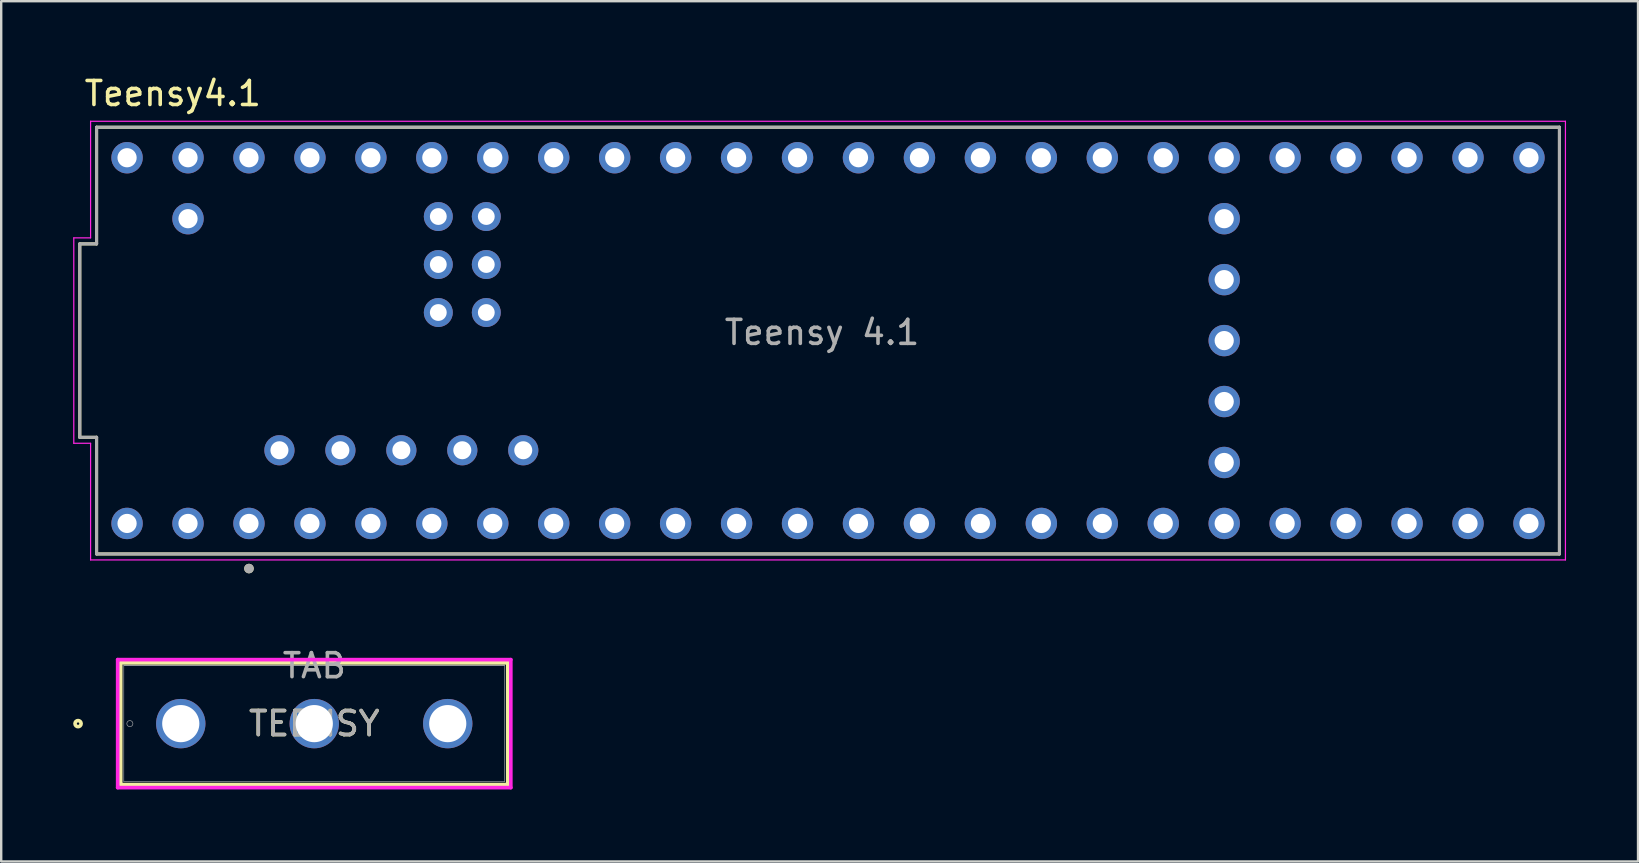
<source format=kicad_pcb>
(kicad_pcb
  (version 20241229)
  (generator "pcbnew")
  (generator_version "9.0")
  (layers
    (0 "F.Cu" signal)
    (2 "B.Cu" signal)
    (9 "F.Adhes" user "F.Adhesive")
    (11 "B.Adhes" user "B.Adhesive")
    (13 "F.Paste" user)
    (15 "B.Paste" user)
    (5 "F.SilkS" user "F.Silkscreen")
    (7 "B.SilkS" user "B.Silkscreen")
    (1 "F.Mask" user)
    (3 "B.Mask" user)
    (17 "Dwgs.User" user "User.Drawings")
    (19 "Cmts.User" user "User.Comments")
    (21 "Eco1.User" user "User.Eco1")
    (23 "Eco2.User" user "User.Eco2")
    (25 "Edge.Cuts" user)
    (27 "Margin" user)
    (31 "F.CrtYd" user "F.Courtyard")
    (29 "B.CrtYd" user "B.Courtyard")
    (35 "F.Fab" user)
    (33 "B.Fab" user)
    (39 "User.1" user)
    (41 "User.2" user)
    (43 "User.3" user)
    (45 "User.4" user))
  (footprint "Teensy4.1"
    (layer "F.Cu")
    (at 31.455 11.143)
    (property "Reference" "Teensy4.1" (at -27.305 -10.295 0) (layer "F.SilkS") (effects (font (size 1 1) (thickness 0.15))))
    (attr through_hole)
    (fp_line (start -31.18 4.03) (end -31.18 -4.03) (stroke (width 0.127) (type solid)) (layer "F.SilkS"))
    (fp_line (start -30.48 -8.89) (end -30.48 -4.03) (stroke (width 0.127) (type solid)) (layer "F.SilkS"))
    (fp_line (start -30.48 -8.89) (end 30.48 -8.89) (stroke (width 0.127) (type solid)) (layer "F.SilkS"))
    (fp_line (start -30.48 -4.03) (end -31.18 -4.03) (stroke (width 0.127) (type solid)) (layer "F.SilkS"))
    (fp_line (start -30.48 4.03) (end -31.18 4.03) (stroke (width 0.127) (type solid)) (layer "F.SilkS"))
    (fp_line (start -30.48 8.89) (end -30.48 4.03) (stroke (width 0.127) (type solid)) (layer "F.SilkS"))
    (fp_line (start 30.48 -8.89) (end 30.48 8.89) (stroke (width 0.127) (type solid)) (layer "F.SilkS"))
    (fp_line (start 30.48 8.89) (end -30.48 8.89) (stroke (width 0.127) (type solid)) (layer "F.SilkS"))
    (fp_circle (center -24.13 9.5) (end -24.03 9.5) (stroke (width 0.2) (type solid)) (fill no) (layer "F.SilkS"))
    (fp_line (start -31.43 4.28) (end -31.43 -4.28) (stroke (width 0.05) (type solid)) (layer "F.CrtYd"))
    (fp_line (start -30.73 -9.14) (end -30.73 -4.28) (stroke (width 0.05) (type solid)) (layer "F.CrtYd"))
    (fp_line (start -30.73 -9.14) (end 30.73 -9.14) (stroke (width 0.05) (type solid)) (layer "F.CrtYd"))
    (fp_line (start -30.73 -4.28) (end -31.43 -4.28) (stroke (width 0.05) (type solid)) (layer "F.CrtYd"))
    (fp_line (start -30.73 4.28) (end -31.43 4.28) (stroke (width 0.05) (type solid)) (layer "F.CrtYd"))
    (fp_line (start -30.73 9.14) (end -30.73 4.28) (stroke (width 0.05) (type solid)) (layer "F.CrtYd"))
    (fp_line (start 30.73 -9.14) (end 30.73 9.14) (stroke (width 0.05) (type solid)) (layer "F.CrtYd"))
    (fp_line (start 30.73 9.14) (end -30.73 9.14) (stroke (width 0.05) (type solid)) (layer "F.CrtYd"))
    (fp_line (start -31.18 4.03) (end -31.18 -4.03) (stroke (width 0.127) (type solid)) (layer "F.Fab"))
    (fp_line (start -30.48 -8.89) (end -30.48 -4.03) (stroke (width 0.127) (type solid)) (layer "F.Fab"))
    (fp_line (start -30.48 -8.89) (end 30.48 -8.89) (stroke (width 0.127) (type solid)) (layer "F.Fab"))
    (fp_line (start -30.48 -4.03) (end -31.18 -4.03) (stroke (width 0.127) (type solid)) (layer "F.Fab"))
    (fp_line (start -30.48 4.03) (end -31.18 4.03) (stroke (width 0.127) (type solid)) (layer "F.Fab"))
    (fp_line (start -30.48 8.89) (end -30.48 4.03) (stroke (width 0.127) (type solid)) (layer "F.Fab"))
    (fp_line (start 30.48 -8.89) (end 30.48 8.89) (stroke (width 0.127) (type solid)) (layer "F.Fab"))
    (fp_line (start 30.48 8.89) (end -30.48 8.89) (stroke (width 0.127) (type solid)) (layer "F.Fab"))
    (fp_circle (center -24.13 9.5) (end -24.03 9.5) (stroke (width 0.2) (type solid)) (fill no) (layer "F.Fab"))
    (fp_text user "Teensy 4.1" (at -0.25 -0.34 0) (layer "F.Fab") (effects (font (size 1 1) (thickness 0.15))))
    (pad "0" thru_hole circle (at -26.67 7.62) (size 1.308 1.308) (drill 0.8) (layers "*.Cu" "*.Mask"))
    (pad "1" thru_hole circle (at -24.13 7.62) (size 1.308 1.308) (drill 0.8) (layers "*.Cu" "*.Mask"))
    (pad "2" thru_hole circle (at -21.59 7.62) (size 1.308 1.308) (drill 0.8) (layers "*.Cu" "*.Mask"))
    (pad "3" thru_hole circle (at -19.05 7.62) (size 1.308 1.308) (drill 0.8) (layers "*.Cu" "*.Mask"))
    (pad "3.3V_1" thru_hole circle (at 6.35 7.62) (size 1.308 1.308) (drill 0.8) (layers "*.Cu" "*.Mask"))
    (pad "3.3V_2" thru_hole circle (at -24.13 -7.62) (size 1.308 1.308) (drill 0.8) (layers "*.Cu" "*.Mask"))
    (pad "3.3V_3" thru_hole circle (at 16.51 2.54) (size 1.308 1.308) (drill 0.8) (layers "*.Cu" "*.Mask"))
    (pad "4" thru_hole circle (at -16.51 7.62) (size 1.308 1.308) (drill 0.8) (layers "*.Cu" "*.Mask"))
    (pad "5" thru_hole circle (at -13.97 7.62) (size 1.308 1.308) (drill 0.8) (layers "*.Cu" "*.Mask"))
    (pad "5V" thru_hole circle (at -22.86 4.57) (size 1.258 1.258) (drill 0.75) (layers "*.Cu" "*.Mask"))
    (pad "6" thru_hole circle (at -11.43 7.62) (size 1.308 1.308) (drill 0.8) (layers "*.Cu" "*.Mask"))
    (pad "7" thru_hole circle (at -8.89 7.62) (size 1.308 1.308) (drill 0.8) (layers "*.Cu" "*.Mask"))
    (pad "8" thru_hole circle (at -6.35 7.62) (size 1.308 1.308) (drill 0.8) (layers "*.Cu" "*.Mask"))
    (pad "9" thru_hole circle (at -3.81 7.62) (size 1.308 1.308) (drill 0.8) (layers "*.Cu" "*.Mask"))
    (pad "10" thru_hole circle (at -1.27 7.62) (size 1.308 1.308) (drill 0.8) (layers "*.Cu" "*.Mask"))
    (pad "11" thru_hole circle (at 1.27 7.62) (size 1.308 1.308) (drill 0.8) (layers "*.Cu" "*.Mask"))
    (pad "12" thru_hole circle (at 3.81 7.62) (size 1.308 1.308) (drill 0.8) (layers "*.Cu" "*.Mask"))
    (pad "13" thru_hole circle (at 3.81 -7.62) (size 1.308 1.308) (drill 0.8) (layers "*.Cu" "*.Mask"))
    (pad "14" thru_hole circle (at 1.27 -7.62) (size 1.308 1.308) (drill 0.8) (layers "*.Cu" "*.Mask"))
    (pad "15" thru_hole circle (at -1.27 -7.62) (size 1.308 1.308) (drill 0.8) (layers "*.Cu" "*.Mask"))
    (pad "16" thru_hole circle (at -3.81 -7.62) (size 1.308 1.308) (drill 0.8) (layers "*.Cu" "*.Mask"))
    (pad "17" thru_hole circle (at -6.35 -7.62) (size 1.308 1.308) (drill 0.8) (layers "*.Cu" "*.Mask"))
    (pad "18" thru_hole circle (at -8.89 -7.62) (size 1.308 1.308) (drill 0.8) (layers "*.Cu" "*.Mask"))
    (pad "19" thru_hole circle (at -11.43 -7.62) (size 1.308 1.308) (drill 0.8) (layers "*.Cu" "*.Mask"))
    (pad "20" thru_hole circle (at -13.97 -7.62) (size 1.308 1.308) (drill 0.8) (layers "*.Cu" "*.Mask"))
    (pad "21" thru_hole circle (at -16.51 -7.62) (size 1.308 1.308) (drill 0.8) (layers "*.Cu" "*.Mask"))
    (pad "22" thru_hole circle (at -19.05 -7.62) (size 1.308 1.308) (drill 0.8) (layers "*.Cu" "*.Mask"))
    (pad "23" thru_hole circle (at -21.59 -7.62) (size 1.308 1.308) (drill 0.8) (layers "*.Cu" "*.Mask"))
    (pad "24" thru_hole circle (at 8.89 7.62) (size 1.308 1.308) (drill 0.8) (layers "*.Cu" "*.Mask"))
    (pad "25" thru_hole circle (at 11.43 7.62) (size 1.308 1.308) (drill 0.8) (layers "*.Cu" "*.Mask"))
    (pad "26" thru_hole circle (at 13.97 7.62) (size 1.308 1.308) (drill 0.8) (layers "*.Cu" "*.Mask"))
    (pad "27" thru_hole circle (at 16.51 7.62) (size 1.308 1.308) (drill 0.8) (layers "*.Cu" "*.Mask"))
    (pad "28" thru_hole circle (at 19.05 7.62) (size 1.308 1.308) (drill 0.8) (layers "*.Cu" "*.Mask"))
    (pad "29" thru_hole circle (at 21.59 7.62) (size 1.308 1.308) (drill 0.8) (layers "*.Cu" "*.Mask"))
    (pad "30" thru_hole circle (at 24.13 7.62) (size 1.308 1.308) (drill 0.8) (layers "*.Cu" "*.Mask"))
    (pad "31" thru_hole circle (at 26.67 7.62) (size 1.308 1.308) (drill 0.8) (layers "*.Cu" "*.Mask"))
    (pad "32" thru_hole circle (at 29.21 7.62) (size 1.308 1.308) (drill 0.8) (layers "*.Cu" "*.Mask"))
    (pad "33" thru_hole circle (at 29.21 -7.62) (size 1.308 1.308) (drill 0.8) (layers "*.Cu" "*.Mask"))
    (pad "34" thru_hole circle (at 26.67 -7.62) (size 1.308 1.308) (drill 0.8) (layers "*.Cu" "*.Mask"))
    (pad "35" thru_hole circle (at 24.13 -7.62) (size 1.308 1.308) (drill 0.8) (layers "*.Cu" "*.Mask"))
    (pad "36" thru_hole circle (at 21.59 -7.62) (size 1.308 1.308) (drill 0.8) (layers "*.Cu" "*.Mask"))
    (pad "37" thru_hole circle (at 19.05 -7.62) (size 1.308 1.308) (drill 0.8) (layers "*.Cu" "*.Mask"))
    (pad "38" thru_hole circle (at 16.51 -7.62) (size 1.308 1.308) (drill 0.8) (layers "*.Cu" "*.Mask"))
    (pad "39" thru_hole circle (at 13.97 -7.62) (size 1.308 1.308) (drill 0.8) (layers "*.Cu" "*.Mask"))
    (pad "40" thru_hole circle (at 11.43 -7.62) (size 1.308 1.308) (drill 0.8) (layers "*.Cu" "*.Mask"))
    (pad "41" thru_hole circle (at 8.89 -7.62) (size 1.308 1.308) (drill 0.8) (layers "*.Cu" "*.Mask"))
    (pad "D+" thru_hole circle (at -17.78 4.57) (size 1.258 1.258) (drill 0.75) (layers "*.Cu" "*.Mask"))
    (pad "D-" thru_hole circle (at -20.32 4.57) (size 1.258 1.258) (drill 0.75) (layers "*.Cu" "*.Mask"))
    (pad "GND1" thru_hole circle (at -29.21 7.62) (size 1.308 1.308) (drill 0.8) (layers "*.Cu" "*.Mask"))
    (pad "GND2" thru_hole circle (at 6.35 -7.62) (size 1.308 1.308) (drill 0.8) (layers "*.Cu" "*.Mask"))
    (pad "GND3" thru_hole circle (at -26.67 -7.62) (size 1.308 1.308) (drill 0.8) (layers "*.Cu" "*.Mask"))
    (pad "GND4" thru_hole circle (at 16.51 0) (size 1.308 1.308) (drill 0.8) (layers "*.Cu" "*.Mask"))
    (pad "GND5" thru_hole circle (at -14.24 -3.17) (size 1.208 1.208) (drill 0.7) (layers "*.Cu" "*.Mask"))
    (pad "LED" thru_hole circle (at -16.24 -3.17) (size 1.208 1.208) (drill 0.7) (layers "*.Cu" "*.Mask"))
    (pad "ON/OFF" thru_hole circle (at 16.51 -5.08) (size 1.308 1.308) (drill 0.8) (layers "*.Cu" "*.Mask"))
    (pad "PROGRAM" thru_hole circle (at 16.51 -2.54) (size 1.308 1.308) (drill 0.8) (layers "*.Cu" "*.Mask"))
    (pad "R+" thru_hole circle (at -16.24 -5.17) (size 1.208 1.208) (drill 0.7) (layers "*.Cu" "*.Mask"))
    (pad "R-" thru_hole circle (at -14.24 -5.17) (size 1.208 1.208) (drill 0.7) (layers "*.Cu" "*.Mask"))
    (pad "T+" thru_hole circle (at -14.24 -1.17) (size 1.208 1.208) (drill 0.7) (layers "*.Cu" "*.Mask"))
    (pad "T-" thru_hole circle (at -16.24 -1.17) (size 1.208 1.208) (drill 0.7) (layers "*.Cu" "*.Mask"))
    (pad "USB_GND1" thru_hole circle (at -15.24 4.57) (size 1.258 1.258) (drill 0.75) (layers "*.Cu" "*.Mask"))
    (pad "USB_GND2" thru_hole circle (at -12.7 4.57) (size 1.258 1.258) (drill 0.75) (layers "*.Cu" "*.Mask"))
    (pad "VBAT" thru_hole circle (at 16.51 5.08) (size 1.308 1.308) (drill 0.8) (layers "*.Cu" "*.Mask"))
    (pad "VIN" thru_hole circle (at -29.21 -7.62) (size 1.308 1.308) (drill 0.8) (layers "*.Cu" "*.Mask"))
    (pad "VUSB" thru_hole circle (at -26.67 -5.08) (size 1.308 1.308) (drill 0.8) (layers "*.Cu" "*.Mask")))
  (footprint "TEENSY"
    (layer "F.Cu")
    (at 4.483 27.105)
    (property "Reference" "TEENSY" (at 5.563 0 0) (unlocked yes) (layer "F.SilkS") (effects (font (size 1 1) (thickness 0.15))))
    (attr through_hole)
    (fp_line (start -2.502 -2.54) (end -2.502 2.54) (stroke (width 0.152) (type solid)) (layer "F.SilkS"))
    (fp_line (start -2.502 2.54) (end 13.627 2.54) (stroke (width 0.152) (type solid)) (layer "F.SilkS"))
    (fp_line (start -2.375 -2.54) (end 13.5 -2.54) (stroke (width 0.152) (type solid)) (layer "F.SilkS"))
    (fp_line (start 13.627 -2.54) (end -2.502 -2.54) (stroke (width 0.152) (type solid)) (layer "F.SilkS"))
    (fp_line (start 13.627 2.54) (end 13.627 -2.54) (stroke (width 0.152) (type solid)) (layer "F.SilkS"))
    (fp_circle (center -4.28 0) (end -4.153 0) (stroke (width 0.152) (type solid)) (fill no) (layer "F.SilkS"))
    (fp_line (start -2.629 -2.667) (end -2.629 2.667) (stroke (width 0.152) (type solid)) (layer "F.CrtYd"))
    (fp_line (start -2.629 2.667) (end 13.754 2.667) (stroke (width 0.152) (type solid)) (layer "F.CrtYd"))
    (fp_line (start 13.754 -2.667) (end -2.629 -2.667) (stroke (width 0.152) (type solid)) (layer "F.CrtYd"))
    (fp_line (start 13.754 2.667) (end 13.754 -2.667) (stroke (width 0.152) (type solid)) (layer "F.CrtYd"))
    (fp_line (start -2.375 -2.413) (end -2.375 2.413) (stroke (width 0.025) (type solid)) (layer "F.Fab"))
    (fp_line (start -2.375 -2.413) (end 13.5 -2.413) (stroke (width 0.025) (type solid)) (layer "F.Fab"))
    (fp_line (start -2.375 2.413) (end 13.5 2.413) (stroke (width 0.025) (type solid)) (layer "F.Fab"))
    (fp_line (start 13.5 -2.413) (end -2.375 -2.413) (stroke (width 0.025) (type solid)) (layer "F.Fab"))
    (fp_line (start 13.5 2.413) (end 13.5 -2.413) (stroke (width 0.025) (type solid)) (layer "F.Fab"))
    (fp_circle (center -2.121 0) (end -1.994 0) (stroke (width 0.025) (type solid)) (fill no) (layer "F.Fab"))
    (fp_text user "TAB" (at 5.563 -2.413 0) (unlocked yes) (layer "F.Fab") (effects (font (size 1 1) (thickness 0.15))))
    (fp_text user "${REFERENCE}" (at 5.563 0 0) (unlocked yes) (layer "F.Fab") (effects (font (size 1 1) (thickness 0.15))))
    (pad "1" thru_hole circle (at 0 0) (size 2.057 2.057) (drill 1.549) (layers "*.Cu" "*.Mask"))
    (pad "2" thru_hole circle (at 5.563 0) (size 2.057 2.057) (drill 1.549) (layers "*.Cu" "*.Mask"))
    (pad "3" thru_hole circle (at 11.125 0) (size 2.057 2.057) (drill 1.549) (layers "*.Cu" "*.Mask")))
  (gr_rect
    (start -3 -3)
    (end 65.21 32.848)
    (stroke (width 0.1) (type default))
    (fill no)
    (layer "Edge.Cuts")))
</source>
